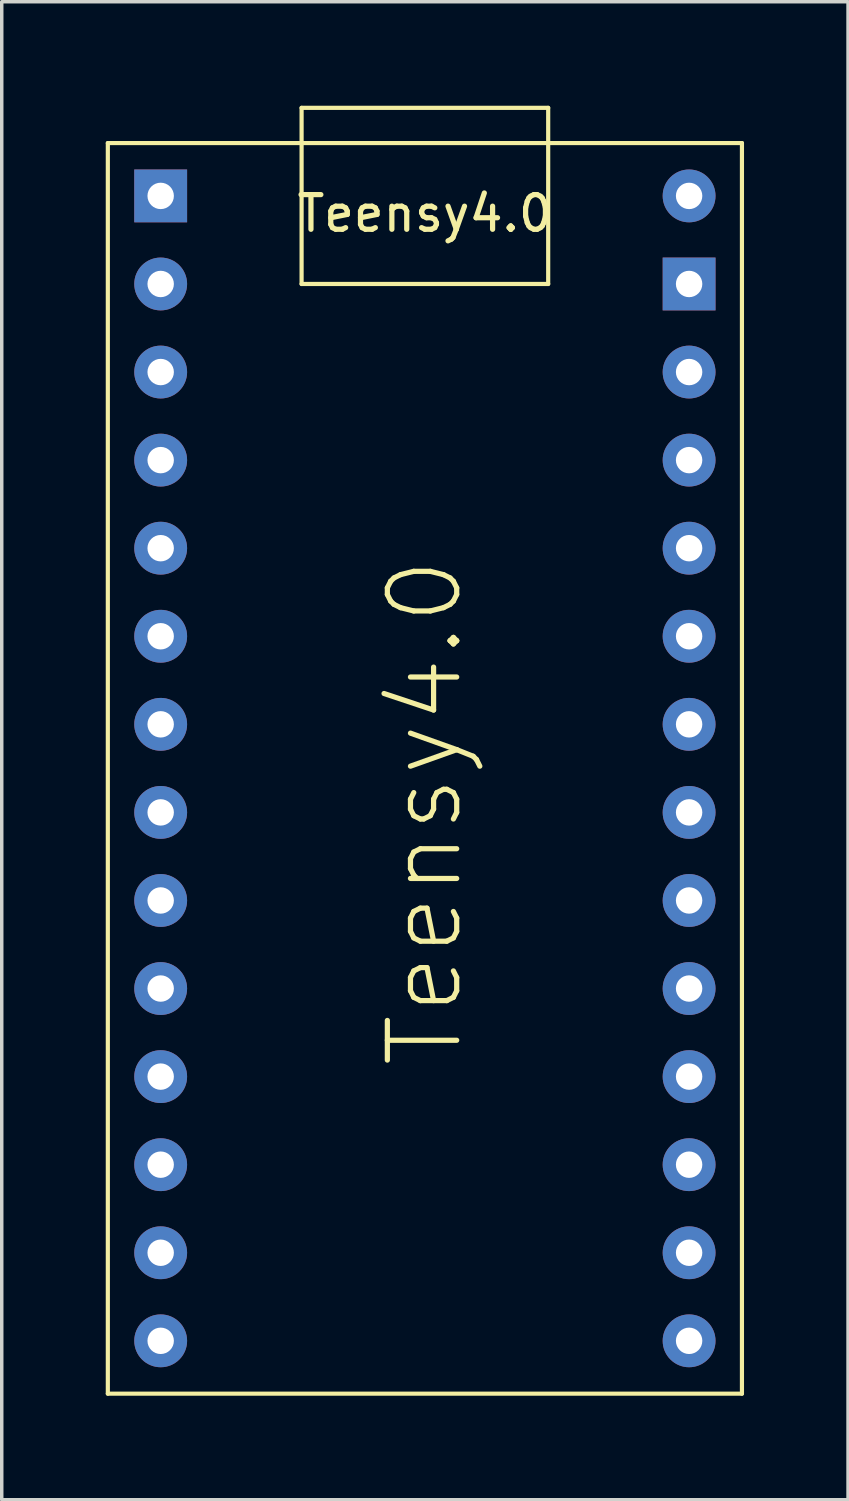
<source format=kicad_pcb>
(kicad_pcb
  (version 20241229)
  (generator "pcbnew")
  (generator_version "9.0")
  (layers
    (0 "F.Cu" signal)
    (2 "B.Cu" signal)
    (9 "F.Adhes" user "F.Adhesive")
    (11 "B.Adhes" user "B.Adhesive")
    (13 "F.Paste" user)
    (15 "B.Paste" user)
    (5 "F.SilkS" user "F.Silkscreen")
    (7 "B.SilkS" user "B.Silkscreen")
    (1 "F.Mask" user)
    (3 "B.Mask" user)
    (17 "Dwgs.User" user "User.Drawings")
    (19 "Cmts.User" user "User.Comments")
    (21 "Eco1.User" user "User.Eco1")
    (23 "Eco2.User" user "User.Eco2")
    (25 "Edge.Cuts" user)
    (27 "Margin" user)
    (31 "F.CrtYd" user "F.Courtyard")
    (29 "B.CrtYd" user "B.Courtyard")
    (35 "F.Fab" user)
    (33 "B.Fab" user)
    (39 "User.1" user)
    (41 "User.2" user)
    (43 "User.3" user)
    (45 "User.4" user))
  (footprint "Teensy4.0"
    (layer "F.Cu")
    (at 9.204 20.38)
    (property "Reference" "Teensy4.0" (at 0 -17.272 0) (layer "F.SilkS") (effects (font (size 1 1) (thickness 0.15))))
    (attr through_hole)
    (fp_line (start -9.144 -19.304) (end 9.144 -19.304) (stroke (width 0.12) (type solid)) (layer "F.SilkS"))
    (fp_line (start -9.144 16.764) (end -9.144 -19.304) (stroke (width 0.12) (type solid)) (layer "F.SilkS"))
    (fp_line (start -3.556 -20.32) (end -3.556 -15.24) (stroke (width 0.12) (type solid)) (layer "F.SilkS"))
    (fp_line (start -3.556 -15.24) (end 3.556 -15.24) (stroke (width 0.12) (type solid)) (layer "F.SilkS"))
    (fp_line (start 3.556 -20.32) (end -3.556 -20.32) (stroke (width 0.12) (type solid)) (layer "F.SilkS"))
    (fp_line (start 3.556 -15.24) (end 3.556 -20.32) (stroke (width 0.12) (type solid)) (layer "F.SilkS"))
    (fp_line (start 9.144 -19.304) (end 9.144 16.764) (stroke (width 0.12) (type solid)) (layer "F.SilkS"))
    (fp_line (start 9.144 16.764) (end -9.144 16.764) (stroke (width 0.12) (type solid)) (layer "F.SilkS"))
    (fp_text user "Teensy4.0" (at 0 0 270) (layer "F.SilkS") (effects (font (size 2 2) (thickness 0.15))))
    (pad "0" thru_hole circle (at -7.62 -15.24) (size 1.524 1.524) (drill 0.762) (layers "*.Cu" "*.Mask"))
    (pad "1" thru_hole circle (at -7.62 -12.7) (size 1.524 1.524) (drill 0.762) (layers "*.Cu" "*.Mask"))
    (pad "2" thru_hole circle (at -7.62 -10.16) (size 1.524 1.524) (drill 0.762) (layers "*.Cu" "*.Mask"))
    (pad "3" thru_hole circle (at -7.62 -7.62) (size 1.524 1.524) (drill 0.762) (layers "*.Cu" "*.Mask"))
    (pad "3.3V" thru_hole circle (at 7.62 -12.7) (size 1.524 1.524) (drill 0.762) (layers "*.Cu" "*.Mask"))
    (pad "4" thru_hole circle (at -7.62 -5.08) (size 1.524 1.524) (drill 0.762) (layers "*.Cu" "*.Mask"))
    (pad "5" thru_hole circle (at -7.62 -2.54) (size 1.524 1.524) (drill 0.762) (layers "*.Cu" "*.Mask"))
    (pad "6" thru_hole circle (at -7.62 0) (size 1.524 1.524) (drill 0.762) (layers "*.Cu" "*.Mask"))
    (pad "7" thru_hole circle (at -7.62 2.54) (size 1.524 1.524) (drill 0.762) (layers "*.Cu" "*.Mask"))
    (pad "8" thru_hole circle (at -7.62 5.08) (size 1.524 1.524) (drill 0.762) (layers "*.Cu" "*.Mask"))
    (pad "9" thru_hole circle (at -7.62 7.62) (size 1.524 1.524) (drill 0.762) (layers "*.Cu" "*.Mask"))
    (pad "10" thru_hole circle (at -7.62 10.16) (size 1.524 1.524) (drill 0.762) (layers "*.Cu" "*.Mask"))
    (pad "11" thru_hole circle (at -7.62 12.7) (size 1.524 1.524) (drill 0.762) (layers "*.Cu" "*.Mask"))
    (pad "12" thru_hole circle (at -7.62 15.24) (size 1.524 1.524) (drill 0.762) (layers "*.Cu" "*.Mask"))
    (pad "13" thru_hole circle (at 7.62 15.24) (size 1.524 1.524) (drill 0.762) (layers "*.Cu" "*.Mask"))
    (pad "14" thru_hole circle (at 7.62 12.7) (size 1.524 1.524) (drill 0.762) (layers "*.Cu" "*.Mask"))
    (pad "15" thru_hole circle (at 7.62 10.16) (size 1.524 1.524) (drill 0.762) (layers "*.Cu" "*.Mask"))
    (pad "16" thru_hole circle (at 7.62 7.62) (size 1.524 1.524) (drill 0.762) (layers "*.Cu" "*.Mask"))
    (pad "17" thru_hole circle (at 7.62 5.08) (size 1.524 1.524) (drill 0.762) (layers "*.Cu" "*.Mask"))
    (pad "18" thru_hole circle (at 7.62 2.54) (size 1.524 1.524) (drill 0.762) (layers "*.Cu" "*.Mask"))
    (pad "19" thru_hole circle (at 7.62 0) (size 1.524 1.524) (drill 0.762) (layers "*.Cu" "*.Mask"))
    (pad "20" thru_hole circle (at 7.62 -2.54) (size 1.524 1.524) (drill 0.762) (layers "*.Cu" "*.Mask"))
    (pad "21" thru_hole circle (at 7.62 -5.08) (size 1.524 1.524) (drill 0.762) (layers "*.Cu" "*.Mask"))
    (pad "22" thru_hole circle (at 7.62 -7.62) (size 1.524 1.524) (drill 0.762) (layers "*.Cu" "*.Mask"))
    (pad "23" thru_hole circle (at 7.62 -10.16) (size 1.524 1.524) (drill 0.762) (layers "*.Cu" "*.Mask"))
    (pad "GND" thru_hole rect (at -7.62 -17.78) (size 1.524 1.524) (drill 0.762) (layers "*.Cu" "*.Mask"))
    (pad "GND" thru_hole rect (at 7.62 -15.24) (size 1.524 1.524) (drill 0.762) (layers "*.Cu" "*.Mask"))
    (pad "Vin" thru_hole circle (at 7.62 -17.78) (size 1.524 1.524) (drill 0.762) (layers "*.Cu" "*.Mask")))
  (gr_rect
    (start -3 -3)
    (end 21.408 40.204)
    (stroke (width 0.1) (type default))
    (fill no)
    (layer "Edge.Cuts")))
</source>
